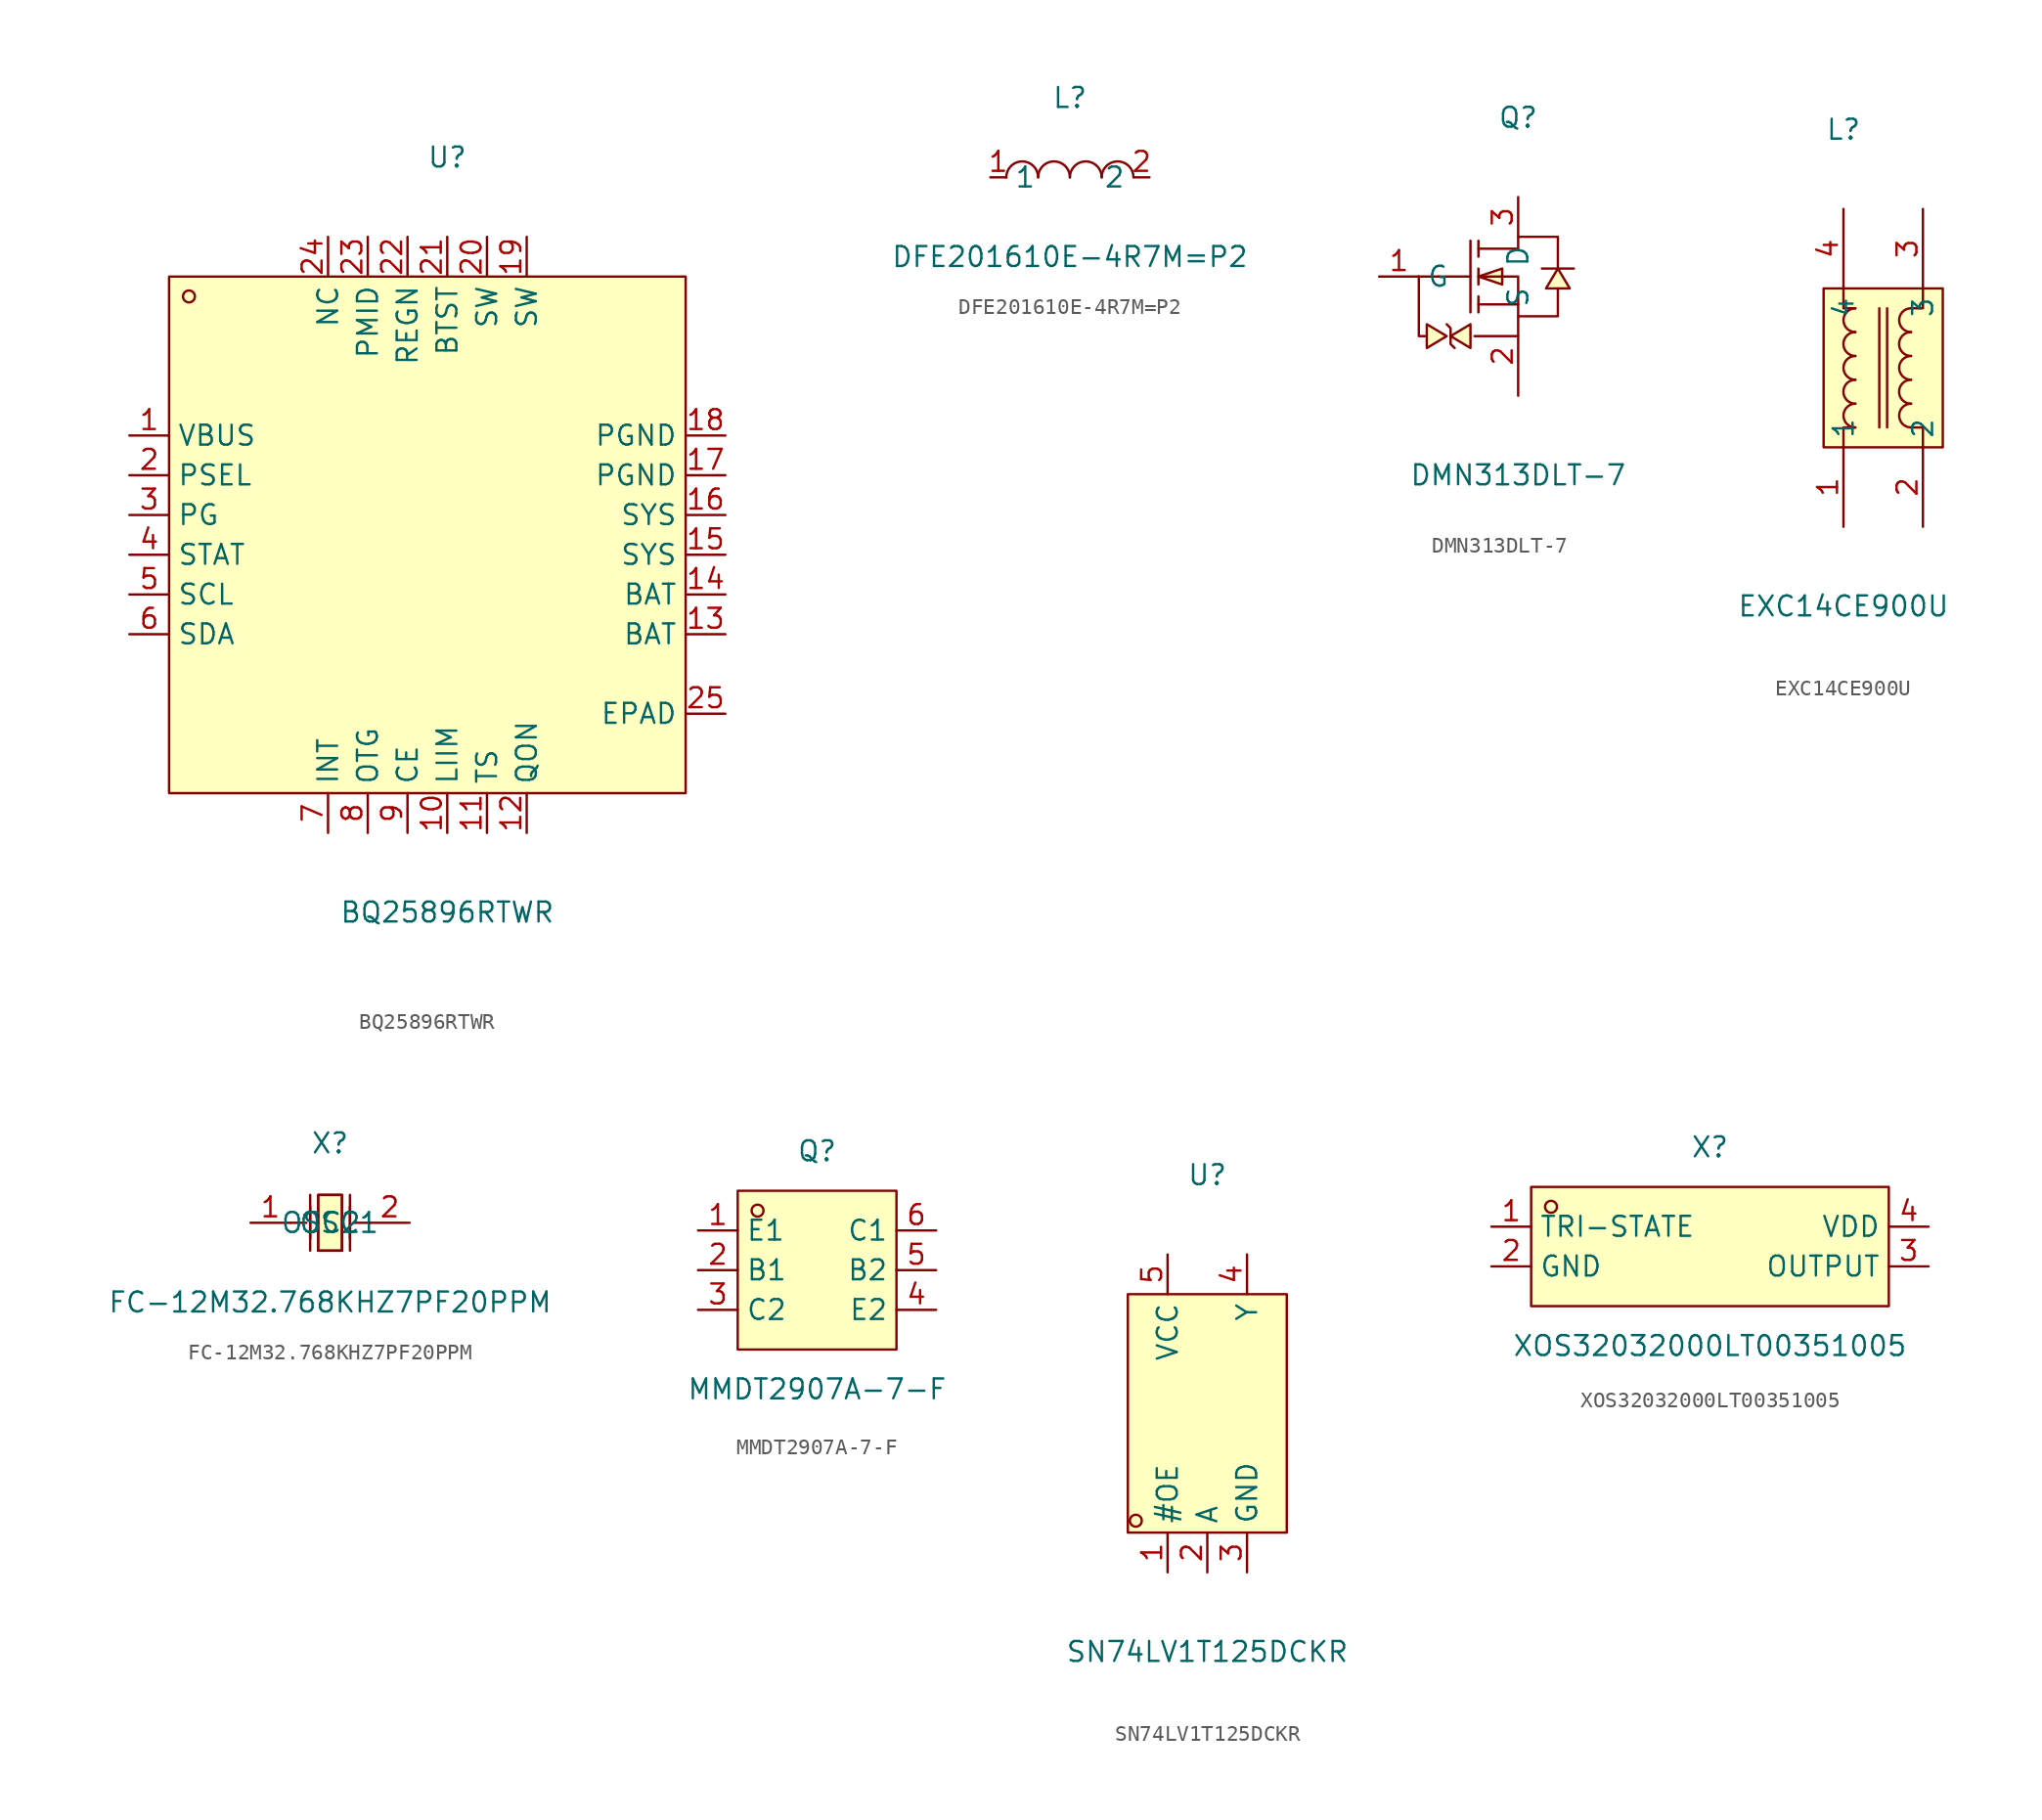
<source format=kicad_sym>
(kicad_symbol_lib
  (version 20241209)
  (generator "kicad_symbol_editor")
  (generator_version "9.0")
  (symbol "BQ25896RTWR"
    (property "Reference" "U"
      (at 0 22.86 0)
      (effects (font (size 1.27 1.27))))
    (property "Value" "BQ25896RTWR"
      (at 0 -25.40 0)
      (effects (font (size 1.27 1.27))))
    (symbol "BQ25896RTWR_0_1"
      (rectangle (start -17.78 15.24) (end 15.24 -17.78) (stroke (width 0) (type default) (color 0 0 0 0)) (fill (type background)))
      (circle (center -16.51 13.97) (radius 0.38) (stroke (width 0) (type default) (color 0 0 0 0)) (fill (type none)))
      (pin unspecified line (at -20.32 5.08 0) (length 2.54) (name "VBUS" (effects (font (size 1.27 1.27)))) (number "1" (effects (font (size 1.27 1.27)))))
      (pin unspecified line (at -20.32 2.54 0) (length 2.54) (name "PSEL" (effects (font (size 1.27 1.27)))) (number "2" (effects (font (size 1.27 1.27)))))
      (pin unspecified line (at -20.32 -0.00 0) (length 2.54) (name "PG" (effects (font (size 1.27 1.27)))) (number "3" (effects (font (size 1.27 1.27)))))
      (pin unspecified line (at -20.32 -2.54 0) (length 2.54) (name "STAT" (effects (font (size 1.27 1.27)))) (number "4" (effects (font (size 1.27 1.27)))))
      (pin unspecified line (at -20.32 -5.08 0) (length 2.54) (name "SCL" (effects (font (size 1.27 1.27)))) (number "5" (effects (font (size 1.27 1.27)))))
      (pin unspecified line (at -20.32 -7.62 0) (length 2.54) (name "SDA" (effects (font (size 1.27 1.27)))) (number "6" (effects (font (size 1.27 1.27)))))
      (pin unspecified line (at -7.62 -20.32 90) (length 2.54) (name "INT" (effects (font (size 1.27 1.27)))) (number "7" (effects (font (size 1.27 1.27)))))
      (pin unspecified line (at -5.08 -20.32 90) (length 2.54) (name "OTG" (effects (font (size 1.27 1.27)))) (number "8" (effects (font (size 1.27 1.27)))))
      (pin unspecified line (at -2.54 -20.32 90) (length 2.54) (name "CE" (effects (font (size 1.27 1.27)))) (number "9" (effects (font (size 1.27 1.27)))))
      (pin unspecified line (at 0.00 -20.32 90) (length 2.54) (name "LIIM" (effects (font (size 1.27 1.27)))) (number "10" (effects (font (size 1.27 1.27)))))
      (pin unspecified line (at 2.54 -20.32 90) (length 2.54) (name "TS" (effects (font (size 1.27 1.27)))) (number "11" (effects (font (size 1.27 1.27)))))
      (pin unspecified line (at 5.08 -20.32 90) (length 2.54) (name "QON" (effects (font (size 1.27 1.27)))) (number "12" (effects (font (size 1.27 1.27)))))
      (pin unspecified line (at 17.78 -7.62 180) (length 2.54) (name "BAT" (effects (font (size 1.27 1.27)))) (number "13" (effects (font (size 1.27 1.27)))))
      (pin unspecified line (at 17.78 -5.08 180) (length 2.54) (name "BAT" (effects (font (size 1.27 1.27)))) (number "14" (effects (font (size 1.27 1.27)))))
      (pin unspecified line (at 17.78 -2.54 180) (length 2.54) (name "SYS" (effects (font (size 1.27 1.27)))) (number "15" (effects (font (size 1.27 1.27)))))
      (pin unspecified line (at 17.78 -0.00 180) (length 2.54) (name "SYS" (effects (font (size 1.27 1.27)))) (number "16" (effects (font (size 1.27 1.27)))))
      (pin unspecified line (at 17.78 2.54 180) (length 2.54) (name "PGND" (effects (font (size 1.27 1.27)))) (number "17" (effects (font (size 1.27 1.27)))))
      (pin unspecified line (at 17.78 5.08 180) (length 2.54) (name "PGND" (effects (font (size 1.27 1.27)))) (number "18" (effects (font (size 1.27 1.27)))))
      (pin unspecified line (at 5.08 17.78 270) (length 2.54) (name "SW" (effects (font (size 1.27 1.27)))) (number "19" (effects (font (size 1.27 1.27)))))
      (pin unspecified line (at 2.54 17.78 270) (length 2.54) (name "SW" (effects (font (size 1.27 1.27)))) (number "20" (effects (font (size 1.27 1.27)))))
      (pin unspecified line (at 0.00 17.78 270) (length 2.54) (name "BTST" (effects (font (size 1.27 1.27)))) (number "21" (effects (font (size 1.27 1.27)))))
      (pin unspecified line (at -2.54 17.78 270) (length 2.54) (name "REGN" (effects (font (size 1.27 1.27)))) (number "22" (effects (font (size 1.27 1.27)))))
      (pin unspecified line (at -5.08 17.78 270) (length 2.54) (name "PMID" (effects (font (size 1.27 1.27)))) (number "23" (effects (font (size 1.27 1.27)))))
      (pin unspecified line (at -7.62 17.78 270) (length 2.54) (name "NC" (effects (font (size 1.27 1.27)))) (number "24" (effects (font (size 1.27 1.27)))))
      (pin unspecified line (at 17.78 -12.70 180) (length 2.54) (name "EPAD" (effects (font (size 1.27 1.27)))) (number "25" (effects (font (size 1.27 1.27)))))))
  (symbol "DFE201610E-4R7M=P2"
    (property "Reference" "L"
      (at 0 5.08 0)
      (effects (font (size 1.27 1.27))))
    (property "Value" "DFE201610E-4R7M=P2"
      (at 0 -5.08 0)
      (effects (font (size 1.27 1.27))))
    (symbol "DFE201610E-4R7M=P2_0_1"
      (arc (start -4.06 -0.01) (mid -2.83 0.99) (end -2.03 0.01) (stroke (width 0) (type default) (color 0 0 0 0)) (fill (type none)))
      (arc (start -2.03 -0.01) (mid -0.80 0.99) (end 0.00 0.01) (stroke (width 0) (type default) (color 0 0 0 0)) (fill (type none)))
      (arc (start 2.03 -0.01) (mid 3.26 0.99) (end 4.06 0.01) (stroke (width 0) (type default) (color 0 0 0 0)) (fill (type none)))
      (arc (start 0.00 -0.01) (mid 1.23 0.99) (end 2.03 0.01) (stroke (width 0) (type default) (color 0 0 0 0)) (fill (type none)))
      (pin unspecified line (at 5.08 -0.00 180) (length 1.016) (name "2" (effects (font (size 1.27 1.27)))) (number "2" (effects (font (size 1.27 1.27)))))
      (pin unspecified line (at -5.08 -0.00 0) (length 1.016) (name "1" (effects (font (size 1.27 1.27)))) (number "1" (effects (font (size 1.27 1.27)))))))
  (symbol "DMN313DLT-7"
    (property "Reference" "Q"
      (at 0 10.16 0)
      (effects (font (size 1.27 1.27))))
    (property "Value" "DMN313DLT-7"
      (at 0 -12.70 0)
      (effects (font (size 1.27 1.27))))
    (symbol "DMN313DLT-7_0_1"
      (polyline (pts (xy -2.54 1.78) (xy 0.00 1.78) (xy 0.00 2.54) (xy 2.54 2.54) (xy 2.54 0.51)) (stroke (width 0) (type default) (color 0 0 0 0)) (fill (type none)))
      (polyline (pts (xy -2.54 -0.00) (xy 0.00 -0.00) (xy 0.00 -2.54) (xy 2.54 -2.54) (xy 2.54 -0.76)) (stroke (width 0) (type default) (color 0 0 0 0)) (fill (type none)))
      (polyline (pts (xy 0.00 -1.78) (xy -2.54 -1.78)) (stroke (width 0) (type default) (color 0 0 0 0)) (fill (type none)))
      (polyline (pts (xy -3.05 2.29) (xy -3.05 -2.29)) (stroke (width 0) (type default) (color 0 0 0 0)) (fill (type none)))
      (polyline (pts (xy -2.54 2.29) (xy -2.54 1.27)) (stroke (width 0) (type default) (color 0 0 0 0)) (fill (type none)))
      (polyline (pts (xy -2.54 -0.51) (xy -2.54 0.51)) (stroke (width 0) (type default) (color 0 0 0 0)) (fill (type none)))
      (polyline (pts (xy -2.54 -2.29) (xy -2.54 -1.27)) (stroke (width 0) (type default) (color 0 0 0 0)) (fill (type none)))
      (polyline (pts (xy -5.08 -0.00) (xy -3.05 -0.00)) (stroke (width 0) (type default) (color 0 0 0 0)) (fill (type none)))
      (polyline (pts (xy 3.56 0.51) (xy 3.05 0.51) (xy 2.03 0.51) (xy 1.52 0.51)) (stroke (width 0) (type default) (color 0 0 0 0)) (fill (type none)))
      (polyline (pts (xy -4.32 -3.81) (xy -4.32 -3.30) (xy -4.57 -3.05)) (stroke (width 0) (type default) (color 0 0 0 0)) (fill (type none)))
      (polyline (pts (xy -4.32 -3.81) (xy -4.32 -4.32) (xy -4.06 -4.57)) (stroke (width 0) (type default) (color 0 0 0 0)) (fill (type none)))
      (polyline (pts (xy -6.35 -0.00) (xy -6.35 -3.81) (xy -5.84 -3.81)) (stroke (width 0) (type default) (color 0 0 0 0)) (fill (type none)))
      (polyline (pts (xy -2.79 -3.81) (xy 0.00 -3.81)) (stroke (width 0) (type default) (color 0 0 0 0)) (fill (type none)))
      (polyline (pts (xy -6.35 -0.00) (xy -5.08 -0.00)) (stroke (width 0) (type default) (color 0 0 0 0)) (fill (type none)))
      (polyline (pts (xy -2.54 -0.00) (xy -1.02 -0.51) (xy -1.02 0.51) (xy -2.54 -0.00)) (stroke (width 0) (type default) (color 0 0 0 0)) (fill (type background)))
      (polyline (pts (xy 2.54 0.51) (xy 1.78 -0.76) (xy 3.30 -0.76) (xy 2.54 0.51)) (stroke (width 0) (type default) (color 0 0 0 0)) (fill (type background)))
      (polyline (pts (xy -4.32 -3.81) (xy -3.05 -4.57) (xy -3.05 -3.05) (xy -4.32 -3.81)) (stroke (width 0) (type default) (color 0 0 0 0)) (fill (type background)))
      (polyline (pts (xy -4.57 -3.81) (xy -5.84 -3.05) (xy -5.84 -4.57) (xy -4.57 -3.81)) (stroke (width 0) (type default) (color 0 0 0 0)) (fill (type background)))
      (pin unspecified line (at 0.00 5.08 270) (length 2.54) (name "D" (effects (font (size 1.27 1.27)))) (number "3" (effects (font (size 1.27 1.27)))))
      (pin unspecified line (at -8.89 -0.00 0) (length 2.54) (name "G" (effects (font (size 1.27 1.27)))) (number "1" (effects (font (size 1.27 1.27)))))
      (pin unspecified line (at 0.00 -7.62 90) (length 5.08) (name "S" (effects (font (size 1.27 1.27)))) (number "2" (effects (font (size 1.27 1.27)))))))
  (symbol "EXC14CE900U"
    (property "Reference" "L"
      (at 0 15.24 0)
      (effects (font (size 1.27 1.27))))
    (property "Value" "EXC14CE900U"
      (at 0 -15.24 0)
      (effects (font (size 1.27 1.27))))
    (symbol "EXC14CE900U_0_1"
      (rectangle (start -1.27 5.08) (end 6.35 -5.08) (stroke (width 0) (type default) (color 0 0 0 0)) (fill (type background)))
      (arc (start 4.32 -2.29) (mid 3.63 -2.73) (end 4.32 -3.81) (stroke (width 0) (type default) (color 0 0 0 0)) (fill (type none)))
      (arc (start 4.32 0.76) (mid 3.63 0.32) (end 4.32 -0.76) (stroke (width 0) (type default) (color 0 0 0 0)) (fill (type none)))
      (arc (start 4.32 3.81) (mid 3.63 3.37) (end 4.32 2.29) (stroke (width 0) (type default) (color 0 0 0 0)) (fill (type none)))
      (arc (start 4.32 -0.76) (mid 3.63 -1.21) (end 4.32 -2.29) (stroke (width 0) (type default) (color 0 0 0 0)) (fill (type none)))
      (arc (start 4.32 2.29) (mid 3.63 1.84) (end 4.32 0.76) (stroke (width 0) (type default) (color 0 0 0 0)) (fill (type none)))
      (arc (start 0.76 2.29) (mid 0.07 3.37) (end 0.76 3.81) (stroke (width 0) (type default) (color 0 0 0 0)) (fill (type none)))
      (arc (start 0.76 -0.76) (mid 0.07 0.32) (end 0.76 0.76) (stroke (width 0) (type default) (color 0 0 0 0)) (fill (type none)))
      (arc (start 0.76 -3.81) (mid 0.07 -2.73) (end 0.76 -2.29) (stroke (width 0) (type default) (color 0 0 0 0)) (fill (type none)))
      (arc (start 0.76 0.76) (mid 0.07 1.84) (end 0.76 2.29) (stroke (width 0) (type default) (color 0 0 0 0)) (fill (type none)))
      (arc (start 0.76 -2.29) (mid 0.07 -1.21) (end 0.76 -0.76) (stroke (width 0) (type default) (color 0 0 0 0)) (fill (type none)))
      (polyline (pts (xy 2.29 -3.81) (xy 2.29 3.81)) (stroke (width 0) (type default) (color 0 0 0 0)) (fill (type none)))
      (polyline (pts (xy 2.79 -3.81) (xy 2.79 3.81)) (stroke (width 0) (type default) (color 0 0 0 0)) (fill (type none)))
      (polyline (pts (xy 0.76 3.81) (xy 0.00 3.81) (xy 0.00 5.08)) (stroke (width 0) (type default) (color 0 0 0 0)) (fill (type none)))
      (polyline (pts (xy 0.76 -3.81) (xy 0.00 -3.81) (xy 0.00 -5.08)) (stroke (width 0) (type default) (color 0 0 0 0)) (fill (type none)))
      (polyline (pts (xy 4.32 -3.81) (xy 5.08 -3.81) (xy 5.08 -5.08)) (stroke (width 0) (type default) (color 0 0 0 0)) (fill (type none)))
      (polyline (pts (xy 4.32 3.81) (xy 5.08 3.81) (xy 5.08 5.08)) (stroke (width 0) (type default) (color 0 0 0 0)) (fill (type none)))
      (pin unspecified line (at 0.00 -10.16 90) (length 5.08) (name "1" (effects (font (size 1.27 1.27)))) (number "1" (effects (font (size 1.27 1.27)))))
      (pin unspecified line (at 5.08 -10.16 90) (length 5.08) (name "2" (effects (font (size 1.27 1.27)))) (number "2" (effects (font (size 1.27 1.27)))))
      (pin unspecified line (at 5.08 10.16 270) (length 5.08) (name "3" (effects (font (size 1.27 1.27)))) (number "3" (effects (font (size 1.27 1.27)))))
      (pin unspecified line (at 0.00 10.16 270) (length 5.08) (name "4" (effects (font (size 1.27 1.27)))) (number "4" (effects (font (size 1.27 1.27)))))))
  (symbol "FC-12M32.768KHZ7PF20PPM"
    (property "Reference" "X"
      (at 0 5.08 0)
      (effects (font (size 1.27 1.27))))
    (property "Value" "FC-12M32.768KHZ7PF20PPM"
      (at 0 -5.08 0)
      (effects (font (size 1.27 1.27))))
    (symbol "FC-12M32.768KHZ7PF20PPM_0_1"
      (polyline (pts (xy -1.27 -1.02) (xy -1.27 1.02)) (stroke (width 0) (type default) (color 0 0 0 0)) (fill (type none)))
      (polyline (pts (xy 0.76 -1.78) (xy -0.76 -1.78)) (stroke (width 0) (type default) (color 0 0 0 0)) (fill (type none)))
      (polyline (pts (xy 1.27 -1.02) (xy 1.27 1.02)) (stroke (width 0) (type default) (color 0 0 0 0)) (fill (type none)))
      (polyline (pts (xy -0.76 -1.78) (xy -0.76 1.78) (xy 0.76 1.78) (xy 0.76 -1.78)) (stroke (width 0) (type default) (color 0 0 0 0)) (fill (type none)))
      (polyline (pts (xy 2.54 -0.00) (xy 1.52 -0.00)) (stroke (width 0) (type default) (color 0 0 0 0)) (fill (type none)))
      (polyline (pts (xy -2.54 -0.00) (xy -1.52 -0.00)) (stroke (width 0) (type default) (color 0 0 0 0)) (fill (type none)))
      (polyline (pts (xy 1.27 -1.78) (xy 1.27 1.78)) (stroke (width 0) (type default) (color 0 0 0 0)) (fill (type none)))
      (polyline (pts (xy -1.27 -1.78) (xy -1.27 1.78)) (stroke (width 0) (type default) (color 0 0 0 0)) (fill (type none)))
      (polyline (pts (xy 0.76 1.78) (xy 0.76 -1.78) (xy -0.76 -1.78) (xy -0.76 1.78) (xy 0.76 1.78)) (stroke (width 0) (type default) (color 0 0 0 0)) (fill (type background)))
      (pin input line (at -5.08 -0.00 0) (length 2.54) (name "OSC1" (effects (font (size 1.27 1.27)))) (number "1" (effects (font (size 1.27 1.27)))))
      (pin input line (at 5.08 -0.00 180) (length 2.54) (name "OSC2" (effects (font (size 1.27 1.27)))) (number "2" (effects (font (size 1.27 1.27)))))))
  (symbol "MMDT2907A-7-F"
    (property "Reference" "Q"
      (at 0 7.62 0)
      (effects (font (size 1.27 1.27))))
    (property "Value" "MMDT2907A-7-F"
      (at 0 -7.62 0)
      (effects (font (size 1.27 1.27))))
    (symbol "MMDT2907A-7-F_0_1"
      (rectangle (start -5.08 5.08) (end 5.08 -5.08) (stroke (width 0) (type default) (color 0 0 0 0)) (fill (type background)))
      (circle (center -3.81 3.81) (radius 0.38) (stroke (width 0) (type default) (color 0 0 0 0)) (fill (type none)))
      (pin unspecified line (at -7.62 2.54 0) (length 2.54) (name "E1" (effects (font (size 1.27 1.27)))) (number "1" (effects (font (size 1.27 1.27)))))
      (pin unspecified line (at -7.62 -0.00 0) (length 2.54) (name "B1" (effects (font (size 1.27 1.27)))) (number "2" (effects (font (size 1.27 1.27)))))
      (pin unspecified line (at -7.62 -2.54 0) (length 2.54) (name "C2" (effects (font (size 1.27 1.27)))) (number "3" (effects (font (size 1.27 1.27)))))
      (pin unspecified line (at 7.62 -2.54 180) (length 2.54) (name "E2" (effects (font (size 1.27 1.27)))) (number "4" (effects (font (size 1.27 1.27)))))
      (pin unspecified line (at 7.62 -0.00 180) (length 2.54) (name "B2" (effects (font (size 1.27 1.27)))) (number "5" (effects (font (size 1.27 1.27)))))
      (pin unspecified line (at 7.62 2.54 180) (length 2.54) (name "C1" (effects (font (size 1.27 1.27)))) (number "6" (effects (font (size 1.27 1.27)))))))
  (symbol "SN74LV1T125DCKR"
    (property "Reference" "U"
      (at 0 15.24 0)
      (effects (font (size 1.27 1.27))))
    (property "Value" "SN74LV1T125DCKR"
      (at 0 -15.24 0)
      (effects (font (size 1.27 1.27))))
    (symbol "SN74LV1T125DCKR_0_1"
      (rectangle (start -5.08 7.62) (end 5.08 -7.62) (stroke (width 0) (type default) (color 0 0 0 0)) (fill (type background)))
      (circle (center -4.57 -6.86) (radius 0.38) (stroke (width 0) (type default) (color 0 0 0 0)) (fill (type none)))
      (pin unspecified line (at -2.54 -10.16 90) (length 2.54) (name "#OE" (effects (font (size 1.27 1.27)))) (number "1" (effects (font (size 1.27 1.27)))))
      (pin unspecified line (at 0.00 -10.16 90) (length 2.54) (name "A" (effects (font (size 1.27 1.27)))) (number "2" (effects (font (size 1.27 1.27)))))
      (pin unspecified line (at 2.54 -10.16 90) (length 2.54) (name "GND" (effects (font (size 1.27 1.27)))) (number "3" (effects (font (size 1.27 1.27)))))
      (pin unspecified line (at 2.54 10.16 270) (length 2.54) (name "Y" (effects (font (size 1.27 1.27)))) (number "4" (effects (font (size 1.27 1.27)))))
      (pin unspecified line (at -2.54 10.16 270) (length 2.54) (name "VCC" (effects (font (size 1.27 1.27)))) (number "5" (effects (font (size 1.27 1.27)))))))
  (symbol "XOS32032000LT00351005"
    (property "Reference" "X"
      (at 0 6.35 0)
      (effects (font (size 1.27 1.27))))
    (property "Value" "XOS32032000LT00351005"
      (at 0 -6.35 0)
      (effects (font (size 1.27 1.27))))
    (symbol "XOS32032000LT00351005_0_1"
      (rectangle (start -11.43 3.81) (end 11.43 -3.81) (stroke (width 0) (type default) (color 0 0 0 0)) (fill (type background)))
      (circle (center -10.16 2.54) (radius 0.38) (stroke (width 0) (type default) (color 0 0 0 0)) (fill (type none)))
      (pin unspecified line (at -13.97 1.27 0) (length 2.54) (name "TRI-STATE" (effects (font (size 1.27 1.27)))) (number "1" (effects (font (size 1.27 1.27)))))
      (pin unspecified line (at -13.97 -1.27 0) (length 2.54) (name "GND" (effects (font (size 1.27 1.27)))) (number "2" (effects (font (size 1.27 1.27)))))
      (pin unspecified line (at 13.97 -1.27 180) (length 2.54) (name "OUTPUT" (effects (font (size 1.27 1.27)))) (number "3" (effects (font (size 1.27 1.27)))))
      (pin unspecified line (at 13.97 1.27 180) (length 2.54) (name "VDD" (effects (font (size 1.27 1.27)))) (number "4" (effects (font (size 1.27 1.27))))))))
</source>
